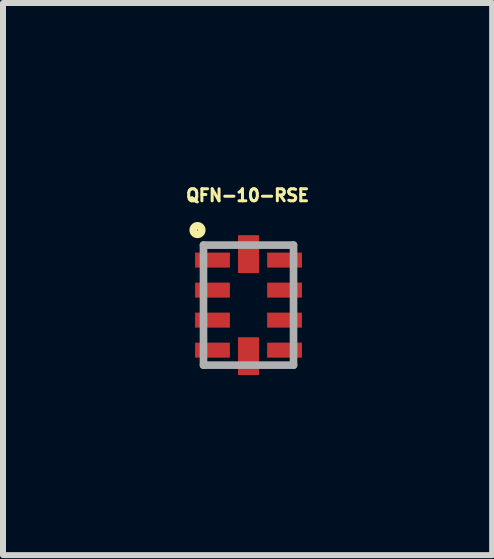
<source format=kicad_pcb>
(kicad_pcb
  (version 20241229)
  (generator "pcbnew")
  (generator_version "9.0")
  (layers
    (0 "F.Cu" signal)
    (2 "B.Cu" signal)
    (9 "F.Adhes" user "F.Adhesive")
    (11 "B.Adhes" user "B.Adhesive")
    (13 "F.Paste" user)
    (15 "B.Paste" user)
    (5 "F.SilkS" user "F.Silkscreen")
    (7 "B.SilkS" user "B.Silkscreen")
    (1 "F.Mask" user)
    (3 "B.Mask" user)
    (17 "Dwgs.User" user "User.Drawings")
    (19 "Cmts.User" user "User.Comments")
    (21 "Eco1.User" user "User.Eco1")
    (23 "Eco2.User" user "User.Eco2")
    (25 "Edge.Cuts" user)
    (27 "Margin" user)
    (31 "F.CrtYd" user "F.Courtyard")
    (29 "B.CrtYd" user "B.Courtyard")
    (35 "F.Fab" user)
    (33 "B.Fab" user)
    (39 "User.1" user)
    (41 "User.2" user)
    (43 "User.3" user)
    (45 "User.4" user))
  (footprint "QFN-10-RSE"
    (layer "F.Cu")
    (at 1.09 2.033)
    (property "Reference" "QFN-10-RSE" (at -0.015 -1.828 0) (layer "F.SilkS") (effects (font (size 0.2 0.2) (thickness 0.15))))
    (attr smd)
    (fp_circle (center -0.85 -1.25) (end -0.779 -1.25) (stroke (width 0.127) (type solid)) (fill no) (layer "F.SilkS"))
    (fp_line (start -0.75 -1) (end 0.75 -1) (stroke (width 0.127) (type solid)) (layer "F.Fab"))
    (fp_line (start -0.75 1) (end -0.75 -1) (stroke (width 0.127) (type solid)) (layer "F.Fab"))
    (fp_line (start 0.75 -1) (end 0.75 1) (stroke (width 0.127) (type solid)) (layer "F.Fab"))
    (fp_line (start 0.75 1) (end -0.75 1) (stroke (width 0.127) (type solid)) (layer "F.Fab"))
    (pad "1" smd rect (at -0.6 -0.75) (size 0.58 0.25) (layers "F.Cu" "F.Mask" "F.Paste"))
    (pad "2" smd rect (at -0.6 -0.25) (size 0.58 0.25) (layers "F.Cu" "F.Mask" "F.Paste"))
    (pad "3" smd rect (at -0.6 0.25) (size 0.58 0.25) (layers "F.Cu" "F.Mask" "F.Paste"))
    (pad "4" smd rect (at -0.6 0.75) (size 0.58 0.25) (layers "F.Cu" "F.Mask" "F.Paste"))
    (pad "5" smd rect (at 0 0.85) (size 0.35 0.63) (layers "F.Cu" "F.Mask" "F.Paste"))
    (pad "6" smd rect (at 0.6 0.75) (size 0.58 0.25) (layers "F.Cu" "F.Mask" "F.Paste"))
    (pad "7" smd rect (at 0.6 0.25) (size 0.58 0.25) (layers "F.Cu" "F.Mask" "F.Paste"))
    (pad "8" smd rect (at 0.6 -0.25) (size 0.58 0.25) (layers "F.Cu" "F.Mask" "F.Paste"))
    (pad "9" smd rect (at 0.6 -0.75) (size 0.58 0.25) (layers "F.Cu" "F.Mask" "F.Paste"))
    (pad "10" smd rect (at 0 -0.85) (size 0.35 0.63) (layers "F.Cu" "F.Mask" "F.Paste")))
  (gr_rect
    (start -3 -3)
    (end 5.149 6.198)
    (stroke (width 0.1) (type default))
    (fill no)
    (layer "Edge.Cuts")))
</source>
